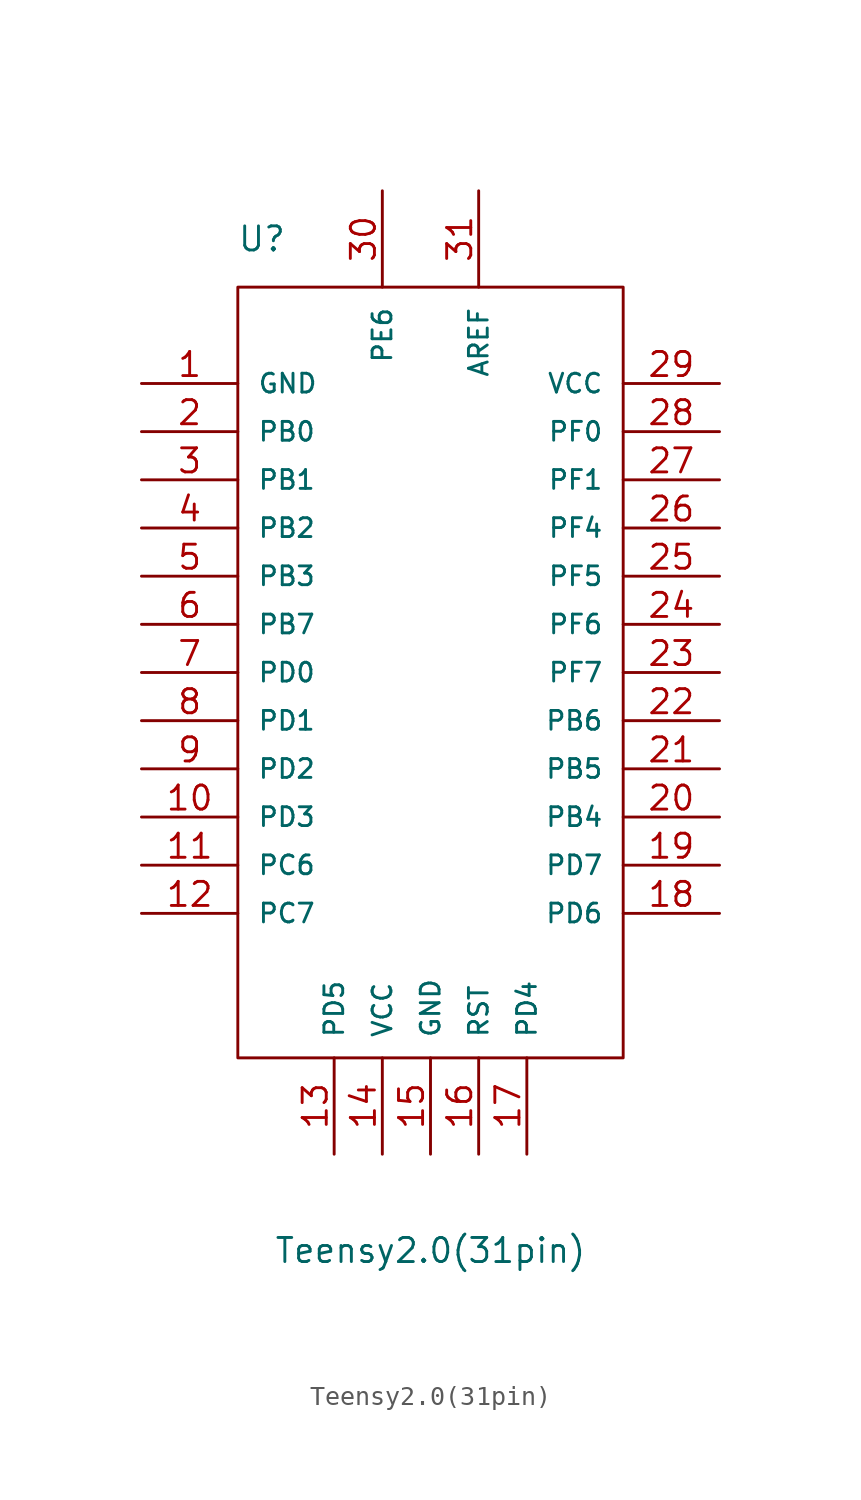
<source format=kicad_sym>
(kicad_symbol_lib
  (version 20211014)
  (generator kicad_symbol_editor)
  (symbol "Teensy2.0(31pin)"
    (pin_names
      (offset 1.016))
    (property "Reference" "U"
      (at -8.89 25.4 0)
      (effects (font (size 1.27 1.27))))
    (property "Value" "Teensy2.0(31pin)"
      (at 0 -27.94 0)
      (effects (font (size 1.27 1.27))))
    (symbol "Teensy2.0(31pin)_1_1"
      (rectangle (start -10.16 -17.78) (end 10.16 22.86) (stroke (width 0.152) (type default) (color 0 0 0 0)) (fill (type none)))
      (pin input line (at -15.24 17.78 0) (length 5.08) (name "GND" (effects (font (size 0.991 0.991)))) (number "1" (effects (font (size 1.27 1.27)))))
      (pin input line (at -15.24 -5.08 0) (length 5.08) (name "PD3" (effects (font (size 0.991 0.991)))) (number "10" (effects (font (size 1.27 1.27)))))
      (pin input line (at -15.24 -7.62 0) (length 5.08) (name "PC6" (effects (font (size 0.991 0.991)))) (number "11" (effects (font (size 1.27 1.27)))))
      (pin input line (at -15.24 -10.16 0) (length 5.08) (name "PC7" (effects (font (size 0.991 0.991)))) (number "12" (effects (font (size 1.27 1.27)))))
      (pin bidirectional line (at -5.08 -22.86 90) (length 5.08) (name "PD5" (effects (font (size 0.991 0.991)))) (number "13" (effects (font (size 1.27 1.27)))))
      (pin bidirectional line (at -2.54 -22.86 90) (length 5.08) (name "VCC" (effects (font (size 0.991 0.991)))) (number "14" (effects (font (size 1.27 1.27)))))
      (pin input line (at 0 -22.86 90) (length 5.08) (name "GND" (effects (font (size 0.991 0.991)))) (number "15" (effects (font (size 1.27 1.27)))))
      (pin bidirectional line (at 2.54 -22.86 90) (length 5.08) (name "RST" (effects (font (size 0.991 0.991)))) (number "16" (effects (font (size 1.27 1.27)))))
      (pin bidirectional line (at 5.08 -22.86 90) (length 5.08) (name "PD4" (effects (font (size 0.991 0.991)))) (number "17" (effects (font (size 1.27 1.27)))))
      (pin bidirectional line (at 15.24 -10.16 180) (length 5.08) (name "PD6" (effects (font (size 0.991 0.991)))) (number "18" (effects (font (size 1.27 1.27)))))
      (pin bidirectional line (at 15.24 -7.62 180) (length 5.08) (name "PD7" (effects (font (size 0.991 0.991)))) (number "19" (effects (font (size 1.27 1.27)))))
      (pin input line (at -15.24 15.24 0) (length 5.08) (name "PB0" (effects (font (size 0.991 0.991)))) (number "2" (effects (font (size 1.27 1.27)))))
      (pin bidirectional line (at 15.24 -5.08 180) (length 5.08) (name "PB4" (effects (font (size 0.991 0.991)))) (number "20" (effects (font (size 1.27 1.27)))))
      (pin bidirectional line (at 15.24 -2.54 180) (length 5.08) (name "PB5" (effects (font (size 0.991 0.991)))) (number "21" (effects (font (size 1.27 1.27)))))
      (pin bidirectional line (at 15.24 0 180) (length 5.08) (name "PB6" (effects (font (size 0.991 0.991)))) (number "22" (effects (font (size 1.27 1.27)))))
      (pin bidirectional line (at 15.24 2.54 180) (length 5.08) (name "PF7" (effects (font (size 0.991 0.991)))) (number "23" (effects (font (size 1.27 1.27)))))
      (pin bidirectional line (at 15.24 5.08 180) (length 5.08) (name "PF6" (effects (font (size 0.991 0.991)))) (number "24" (effects (font (size 1.27 1.27)))))
      (pin bidirectional line (at 15.24 7.62 180) (length 5.08) (name "PF5" (effects (font (size 0.991 0.991)))) (number "25" (effects (font (size 1.27 1.27)))))
      (pin bidirectional line (at 15.24 10.16 180) (length 5.08) (name "PF4" (effects (font (size 0.991 0.991)))) (number "26" (effects (font (size 1.27 1.27)))))
      (pin bidirectional line (at 15.24 12.7 180) (length 5.08) (name "PF1" (effects (font (size 0.991 0.991)))) (number "27" (effects (font (size 1.27 1.27)))))
      (pin bidirectional line (at 15.24 15.24 180) (length 5.08) (name "PF0" (effects (font (size 0.991 0.991)))) (number "28" (effects (font (size 1.27 1.27)))))
      (pin bidirectional line (at 15.24 17.78 180) (length 5.08) (name "VCC" (effects (font (size 0.991 0.991)))) (number "29" (effects (font (size 1.27 1.27)))))
      (pin input line (at -15.24 12.7 0) (length 5.08) (name "PB1" (effects (font (size 0.991 0.991)))) (number "3" (effects (font (size 1.27 1.27)))))
      (pin input line (at -2.54 27.94 270) (length 5.08) (name "PE6" (effects (font (size 0.991 0.991)))) (number "30" (effects (font (size 1.27 1.27)))))
      (pin input line (at 2.54 27.94 270) (length 5.08) (name "AREF" (effects (font (size 0.991 0.991)))) (number "31" (effects (font (size 1.27 1.27)))))
      (pin input line (at -15.24 10.16 0) (length 5.08) (name "PB2" (effects (font (size 0.991 0.991)))) (number "4" (effects (font (size 1.27 1.27)))))
      (pin input line (at -15.24 7.62 0) (length 5.08) (name "PB3" (effects (font (size 0.991 0.991)))) (number "5" (effects (font (size 1.27 1.27)))))
      (pin input line (at -15.24 5.08 0) (length 5.08) (name "PB7" (effects (font (size 0.991 0.991)))) (number "6" (effects (font (size 1.27 1.27)))))
      (pin input line (at -15.24 2.54 0) (length 5.08) (name "PD0" (effects (font (size 0.991 0.991)))) (number "7" (effects (font (size 1.27 1.27)))))
      (pin input line (at -15.24 0 0) (length 5.08) (name "PD1" (effects (font (size 0.991 0.991)))) (number "8" (effects (font (size 1.27 1.27)))))
      (pin input line (at -15.24 -2.54 0) (length 5.08) (name "PD2" (effects (font (size 0.991 0.991)))) (number "9" (effects (font (size 1.27 1.27))))))))
</source>
